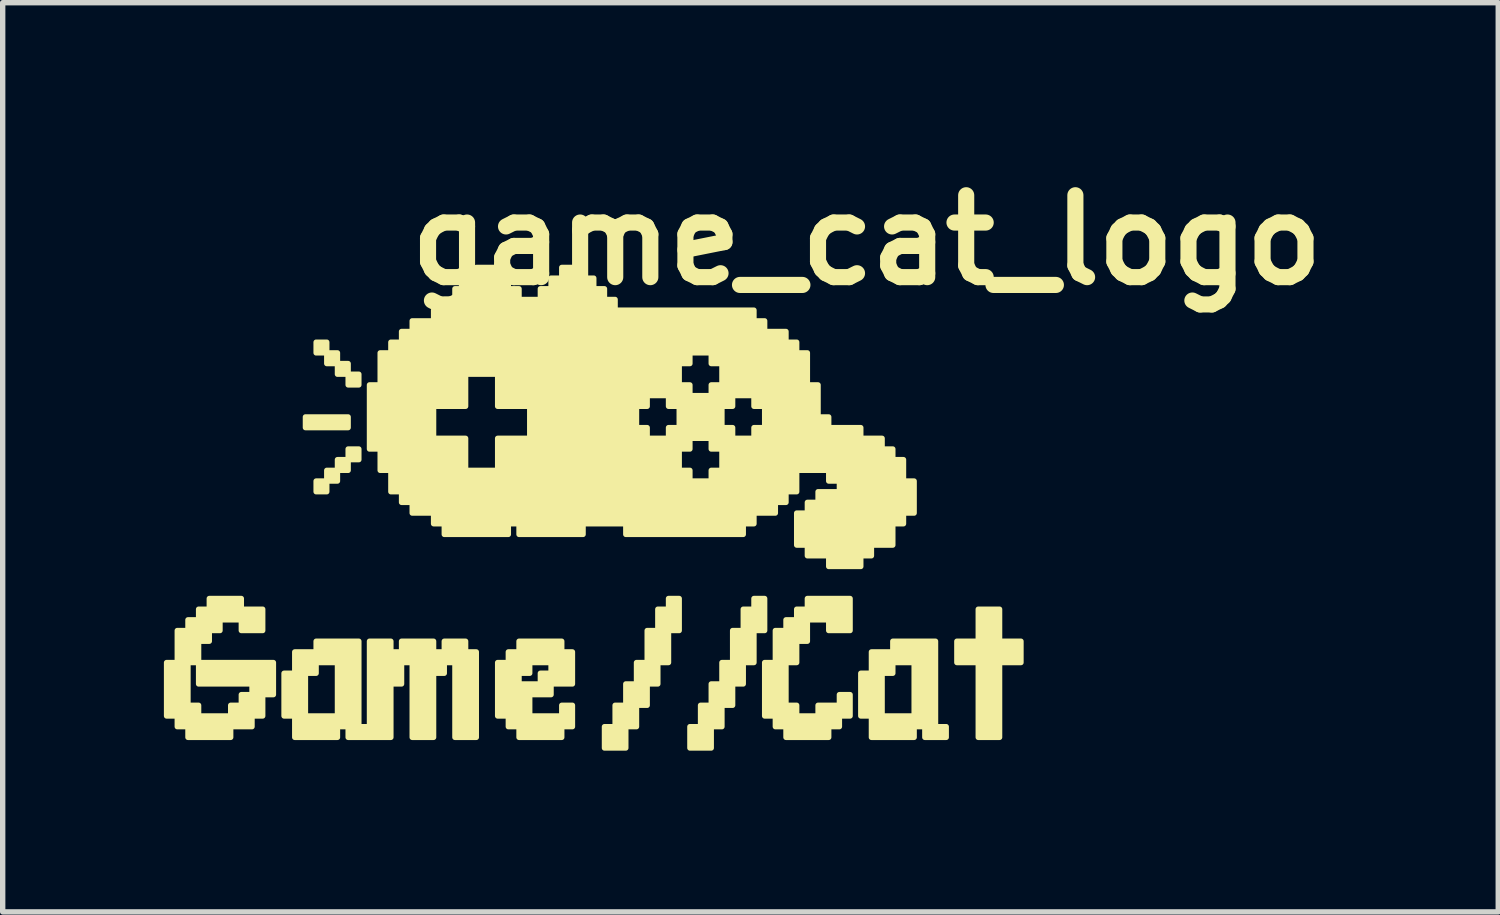
<source format=kicad_pcb>
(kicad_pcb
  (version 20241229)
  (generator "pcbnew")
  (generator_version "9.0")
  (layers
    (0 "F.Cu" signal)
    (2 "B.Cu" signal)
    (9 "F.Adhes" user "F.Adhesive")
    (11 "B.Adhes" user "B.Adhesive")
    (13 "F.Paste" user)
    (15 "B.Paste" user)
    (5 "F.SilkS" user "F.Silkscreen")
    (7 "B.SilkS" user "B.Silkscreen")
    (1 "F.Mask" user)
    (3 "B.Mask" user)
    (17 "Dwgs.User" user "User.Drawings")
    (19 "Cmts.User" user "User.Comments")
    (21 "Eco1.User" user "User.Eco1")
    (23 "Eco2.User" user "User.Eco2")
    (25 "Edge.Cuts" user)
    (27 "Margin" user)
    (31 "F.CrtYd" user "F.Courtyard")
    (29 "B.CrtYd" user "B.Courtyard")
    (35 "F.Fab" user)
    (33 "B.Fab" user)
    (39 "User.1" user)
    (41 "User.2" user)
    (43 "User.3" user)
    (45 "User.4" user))
  (footprint "game_cat_logo"
    (layer "F.Cu")
    (at 8 6.498)
    (property "Reference" "game_cat_logo" (at 5.08 -5.08 0) (layer "F.SilkS") (effects (font (size 1.524 1.524) (thickness 0.3))))
    (attr through_hole)
    (fp_poly (pts (xy -4.969 -2.981) (xy -5.068 -2.981) (xy -5.167 -2.981) (xy -5.167 -3.081) (xy -5.167 -3.18) (xy -5.068 -3.18) (xy -4.969 -3.18) (xy -4.969 -3.081) (xy -4.969 -2.981)) (stroke (width 0.1) (type solid)) (fill yes) (layer "F.SilkS"))
    (fp_poly (pts (xy -4.969 -0.397) (xy -5.068 -0.397) (xy -5.167 -0.397) (xy -5.167 -0.497) (xy -5.167 -0.596) (xy -5.068 -0.596) (xy -4.969 -0.596) (xy -4.969 -0.497) (xy -4.969 -0.397)) (stroke (width 0.1) (type solid)) (fill yes) (layer "F.SilkS"))
    (fp_poly (pts (xy -4.77 -2.782) (xy -4.869 -2.782) (xy -4.969 -2.782) (xy -4.969 -2.882) (xy -4.969 -2.981) (xy -4.869 -2.981) (xy -4.77 -2.981) (xy -4.77 -2.882) (xy -4.77 -2.782)) (stroke (width 0.1) (type solid)) (fill yes) (layer "F.SilkS"))
    (fp_poly (pts (xy -4.77 -0.596) (xy -4.869 -0.596) (xy -4.969 -0.596) (xy -4.969 -0.696) (xy -4.969 -0.795) (xy -4.869 -0.795) (xy -4.77 -0.795) (xy -4.77 -0.696) (xy -4.77 -0.596)) (stroke (width 0.1) (type solid)) (fill yes) (layer "F.SilkS"))
    (fp_poly (pts (xy -4.571 -2.584) (xy -4.671 -2.584) (xy -4.77 -2.584) (xy -4.77 -2.683) (xy -4.77 -2.782) (xy -4.671 -2.782) (xy -4.571 -2.782) (xy -4.571 -2.683) (xy -4.571 -2.584)) (stroke (width 0.1) (type solid)) (fill yes) (layer "F.SilkS"))
    (fp_poly (pts (xy -4.571 -1.59) (xy -4.969 -1.59) (xy -5.366 -1.59) (xy -5.366 -1.689) (xy -5.366 -1.789) (xy -4.969 -1.789) (xy -4.571 -1.789) (xy -4.571 -1.689) (xy -4.571 -1.59)) (stroke (width 0.1) (type solid)) (fill yes) (layer "F.SilkS"))
    (fp_poly (pts (xy -4.571 -0.795) (xy -4.671 -0.795) (xy -4.77 -0.795) (xy -4.77 -0.894) (xy -4.77 -0.994) (xy -4.671 -0.994) (xy -4.571 -0.994) (xy -4.571 -0.894) (xy -4.571 -0.795)) (stroke (width 0.1) (type solid)) (fill yes) (layer "F.SilkS"))
    (fp_poly (pts (xy -4.372 -2.385) (xy -4.472 -2.385) (xy -4.571 -2.385) (xy -4.571 -2.484) (xy -4.571 -2.584) (xy -4.472 -2.584) (xy -4.372 -2.584) (xy -4.372 -2.484) (xy -4.372 -2.385)) (stroke (width 0.1) (type solid)) (fill yes) (layer "F.SilkS"))
    (fp_poly (pts (xy -4.372 -0.994) (xy -4.472 -0.994) (xy -4.571 -0.994) (xy -4.571 -1.093) (xy -4.571 -1.192) (xy -4.472 -1.192) (xy -4.372 -1.192) (xy -4.372 -1.093) (xy -4.372 -0.994)) (stroke (width 0.1) (type solid)) (fill yes) (layer "F.SilkS"))
    (fp_poly (pts (xy 7.95 2.782) (xy 7.751 2.782) (xy 7.552 2.782) (xy 7.552 3.478) (xy 7.552 4.174) (xy 7.354 4.174) (xy 7.155 4.174) (xy 7.155 3.478) (xy 7.155 2.782) (xy 6.956 2.782) (xy 6.757 2.782) (xy 6.757 2.584) (xy 6.757 2.385) (xy 6.956 2.385) (xy 7.155 2.385) (xy 7.155 2.087) (xy 7.155 1.789) (xy 7.354 1.789) (xy 7.552 1.789) (xy 7.552 2.087) (xy 7.552 2.385) (xy 7.751 2.385) (xy 7.95 2.385) (xy 7.95 2.584) (xy 7.95 2.782)) (stroke (width 0.1) (type solid)) (fill yes) (layer "F.SilkS"))
    (fp_poly (pts (xy 6.559 4.174) (xy 6.36 4.174) (xy 6.161 4.174) (xy 6.161 4.074) (xy 6.161 3.975) (xy 6.062 3.975) (xy 5.962 3.975) (xy 5.962 3.776) (xy 5.962 3.279) (xy 5.962 2.782) (xy 5.764 2.782) (xy 5.565 2.782) (xy 5.565 2.882) (xy 5.565 2.981) (xy 5.466 2.981) (xy 5.366 2.981) (xy 5.366 3.379) (xy 5.366 3.776) (xy 5.664 3.776) (xy 5.962 3.776) (xy 5.962 3.975) (xy 5.962 4.074) (xy 5.962 4.174) (xy 5.565 4.174) (xy 5.167 4.174) (xy 5.167 3.975) (xy 5.167 3.776) (xy 5.068 3.776) (xy 4.969 3.776) (xy 4.969 3.379) (xy 4.969 2.981) (xy 5.068 2.981) (xy 5.167 2.981) (xy 5.167 2.782) (xy 5.167 2.584) (xy 5.366 2.584) (xy 5.565 2.584) (xy 5.565 2.484) (xy 5.565 2.385) (xy 5.962 2.385) (xy 6.36 2.385) (xy 6.36 3.18) (xy 6.36 3.975) (xy 6.459 3.975) (xy 6.559 3.975) (xy 6.559 4.074) (xy 6.559 4.174)) (stroke (width 0.1) (type solid)) (fill yes) (layer "F.SilkS"))
    (fp_poly (pts (xy 1.59 2.186) (xy 1.491 2.186) (xy 1.391 2.186) (xy 1.391 2.484) (xy 1.391 2.782) (xy 1.292 2.782) (xy 1.192 2.782) (xy 1.192 2.981) (xy 1.192 3.18) (xy 1.093 3.18) (xy 0.994 3.18) (xy 0.994 3.379) (xy 0.994 3.577) (xy 0.894 3.577) (xy 0.795 3.577) (xy 0.795 3.776) (xy 0.795 3.975) (xy 0.696 3.975) (xy 0.596 3.975) (xy 0.596 4.174) (xy 0.596 4.372) (xy 0.397 4.372) (xy 0.199 4.372) (xy 0.199 4.174) (xy 0.199 3.975) (xy 0.298 3.975) (xy 0.397 3.975) (xy 0.397 3.776) (xy 0.397 3.577) (xy 0.497 3.577) (xy 0.596 3.577) (xy 0.596 3.379) (xy 0.596 3.18) (xy 0.696 3.18) (xy 0.795 3.18) (xy 0.795 2.981) (xy 0.795 2.782) (xy 0.894 2.782) (xy 0.994 2.782) (xy 0.994 2.484) (xy 0.994 2.186) (xy 1.093 2.186) (xy 1.192 2.186) (xy 1.192 1.987) (xy 1.192 1.789) (xy 1.292 1.789) (xy 1.391 1.789) (xy 1.391 1.689) (xy 1.391 1.59) (xy 1.491 1.59) (xy 1.59 1.59) (xy 1.59 1.888) (xy 1.59 2.186)) (stroke (width 0.1) (type solid)) (fill yes) (layer "F.SilkS"))
    (fp_poly (pts (xy 3.18 2.186) (xy 3.081 2.186) (xy 2.981 2.186) (xy 2.981 2.484) (xy 2.981 2.782) (xy 2.882 2.782) (xy 2.782 2.782) (xy 2.782 2.981) (xy 2.782 3.18) (xy 2.683 3.18) (xy 2.584 3.18) (xy 2.584 3.379) (xy 2.584 3.577) (xy 2.484 3.577) (xy 2.385 3.577) (xy 2.385 3.776) (xy 2.385 3.975) (xy 2.286 3.975) (xy 2.186 3.975) (xy 2.186 4.174) (xy 2.186 4.372) (xy 1.987 4.372) (xy 1.789 4.372) (xy 1.789 4.174) (xy 1.789 3.975) (xy 1.888 3.975) (xy 1.987 3.975) (xy 1.987 3.776) (xy 1.987 3.577) (xy 2.087 3.577) (xy 2.186 3.577) (xy 2.186 3.379) (xy 2.186 3.18) (xy 2.286 3.18) (xy 2.385 3.18) (xy 2.385 2.981) (xy 2.385 2.782) (xy 2.484 2.782) (xy 2.584 2.782) (xy 2.584 2.484) (xy 2.584 2.186) (xy 2.683 2.186) (xy 2.782 2.186) (xy 2.782 1.987) (xy 2.782 1.789) (xy 2.882 1.789) (xy 2.981 1.789) (xy 2.981 1.689) (xy 2.981 1.59) (xy 3.081 1.59) (xy 3.18 1.59) (xy 3.18 1.888) (xy 3.18 2.186)) (stroke (width 0.1) (type solid)) (fill yes) (layer "F.SilkS"))
    (fp_poly (pts (xy -0.397 3.975) (xy -0.497 3.975) (xy -0.596 3.975) (xy -0.596 4.074) (xy -0.596 4.174) (xy -0.994 4.174) (xy -1.391 4.174) (xy -1.391 4.074) (xy -1.391 3.975) (xy -1.491 3.975) (xy -1.59 3.975) (xy -1.59 3.876) (xy -1.59 3.776) (xy -1.689 3.776) (xy -1.789 3.776) (xy -1.789 3.279) (xy -1.789 2.782) (xy -1.689 2.782) (xy -1.59 2.782) (xy -1.59 2.683) (xy -1.59 2.584) (xy -1.491 2.584) (xy -1.391 2.584) (xy -1.391 2.484) (xy -1.391 2.385) (xy -0.994 2.385) (xy -0.596 2.385) (xy -0.596 2.484) (xy -0.596 2.584) (xy -0.497 2.584) (xy -0.397 2.584) (xy -0.397 2.882) (xy -0.397 3.18) (xy -0.596 3.18) (xy -0.795 3.18) (xy -0.795 2.981) (xy -0.795 2.882) (xy -0.795 2.782) (xy -0.994 2.782) (xy -1.192 2.782) (xy -1.192 2.882) (xy -1.192 2.981) (xy -1.292 2.981) (xy -1.391 2.981) (xy -1.391 3.081) (xy -1.391 3.18) (xy -1.192 3.18) (xy -0.994 3.18) (xy -0.994 3.081) (xy -0.994 2.981) (xy -0.894 2.981) (xy -0.795 2.981) (xy -0.795 3.18) (xy -0.795 3.279) (xy -0.795 3.379) (xy -0.994 3.379) (xy -1.192 3.379) (xy -1.192 3.577) (xy -1.192 3.776) (xy -0.894 3.776) (xy -0.596 3.776) (xy -0.596 3.677) (xy -0.596 3.577) (xy -0.497 3.577) (xy -0.397 3.577) (xy -0.397 3.776) (xy -0.397 3.975)) (stroke (width 0.1) (type solid)) (fill yes) (layer "F.SilkS"))
    (fp_poly (pts (xy 4.77 3.776) (xy 4.671 3.776) (xy 4.571 3.776) (xy 4.571 3.876) (xy 4.571 3.975) (xy 4.472 3.975) (xy 4.372 3.975) (xy 4.372 4.074) (xy 4.372 4.174) (xy 3.975 4.174) (xy 3.577 4.174) (xy 3.577 4.074) (xy 3.577 3.975) (xy 3.478 3.975) (xy 3.379 3.975) (xy 3.379 3.876) (xy 3.379 3.776) (xy 3.279 3.776) (xy 3.18 3.776) (xy 3.18 3.279) (xy 3.18 2.782) (xy 3.279 2.782) (xy 3.379 2.782) (xy 3.379 2.484) (xy 3.379 2.186) (xy 3.478 2.186) (xy 3.577 2.186) (xy 3.577 2.087) (xy 3.577 1.987) (xy 3.677 1.987) (xy 3.776 1.987) (xy 3.776 1.888) (xy 3.776 1.789) (xy 3.876 1.789) (xy 3.975 1.789) (xy 3.975 1.689) (xy 3.975 1.59) (xy 4.372 1.59) (xy 4.77 1.59) (xy 4.77 1.888) (xy 4.77 2.186) (xy 4.571 2.186) (xy 4.372 2.186) (xy 4.372 2.087) (xy 4.372 1.987) (xy 4.174 1.987) (xy 3.975 1.987) (xy 3.975 2.186) (xy 3.975 2.385) (xy 3.876 2.385) (xy 3.776 2.385) (xy 3.776 2.584) (xy 3.776 2.782) (xy 3.677 2.782) (xy 3.577 2.782) (xy 3.577 3.18) (xy 3.577 3.577) (xy 3.677 3.577) (xy 3.776 3.577) (xy 3.776 3.677) (xy 3.776 3.776) (xy 3.975 3.776) (xy 4.174 3.776) (xy 4.174 3.677) (xy 4.174 3.577) (xy 4.372 3.577) (xy 4.571 3.577) (xy 4.571 3.478) (xy 4.571 3.379) (xy 4.671 3.379) (xy 4.77 3.379) (xy 4.77 3.577) (xy 4.77 3.776)) (stroke (width 0.1) (type solid)) (fill yes) (layer "F.SilkS"))
    (fp_poly (pts (xy -5.962 3.379) (xy -6.062 3.379) (xy -6.161 3.379) (xy -6.161 3.577) (xy -6.161 3.776) (xy -6.261 3.776) (xy -6.36 3.776) (xy -6.36 3.876) (xy -6.36 3.975) (xy -6.559 3.975) (xy -6.757 3.975) (xy -6.757 4.074) (xy -6.757 4.174) (xy -7.155 4.174) (xy -7.552 4.174) (xy -7.552 4.074) (xy -7.552 3.975) (xy -7.652 3.975) (xy -7.751 3.975) (xy -7.751 3.876) (xy -7.751 3.776) (xy -7.851 3.776) (xy -7.95 3.776) (xy -7.95 3.279) (xy -7.95 2.782) (xy -7.851 2.782) (xy -7.751 2.782) (xy -7.751 2.484) (xy -7.751 2.186) (xy -7.652 2.186) (xy -7.552 2.186) (xy -7.552 2.087) (xy -7.552 1.987) (xy -7.453 1.987) (xy -7.354 1.987) (xy -7.354 1.888) (xy -7.354 1.789) (xy -7.254 1.789) (xy -7.155 1.789) (xy -7.155 1.689) (xy -7.155 1.59) (xy -6.857 1.59) (xy -6.559 1.59) (xy -6.559 1.689) (xy -6.559 1.789) (xy -6.36 1.789) (xy -6.161 1.789) (xy -6.161 1.987) (xy -6.161 2.186) (xy -6.36 2.186) (xy -6.559 2.186) (xy -6.559 2.087) (xy -6.559 1.987) (xy -6.757 1.987) (xy -6.956 1.987) (xy -6.956 2.087) (xy -6.956 2.186) (xy -7.056 2.186) (xy -7.155 2.186) (xy -7.155 2.286) (xy -7.155 2.385) (xy -7.254 2.385) (xy -7.354 2.385) (xy -7.354 2.584) (xy -7.354 2.782) (xy -7.453 2.782) (xy -7.552 2.782) (xy -7.552 3.18) (xy -7.552 3.577) (xy -7.453 3.577) (xy -7.354 3.577) (xy -7.354 3.677) (xy -7.354 3.776) (xy -7.056 3.776) (xy -6.757 3.776) (xy -6.757 3.677) (xy -6.757 3.577) (xy -6.658 3.577) (xy -6.559 3.577) (xy -6.559 3.478) (xy -6.559 3.379) (xy -6.459 3.379) (xy -6.36 3.379) (xy -6.36 3.279) (xy -6.36 3.18) (xy -6.857 3.18) (xy -7.354 3.18) (xy -7.354 2.981) (xy -7.354 2.782) (xy -6.658 2.782) (xy -5.962 2.782) (xy -5.962 3.081) (xy -5.962 3.379)) (stroke (width 0.1) (type solid)) (fill yes) (layer "F.SilkS"))
    (fp_poly (pts (xy -2.186 4.174) (xy -2.385 4.174) (xy -2.584 4.174) (xy -2.584 3.478) (xy -2.584 2.782) (xy -2.683 2.782) (xy -2.782 2.782) (xy -2.782 2.882) (xy -2.782 2.981) (xy -2.882 2.981) (xy -2.981 2.981) (xy -2.981 3.577) (xy -2.981 4.174) (xy -3.18 4.174) (xy -3.379 4.174) (xy -3.379 3.478) (xy -3.379 2.782) (xy -3.478 2.782) (xy -3.577 2.782) (xy -3.577 2.981) (xy -3.577 3.18) (xy -3.677 3.18) (xy -3.776 3.18) (xy -3.776 3.677) (xy -3.776 4.174) (xy -4.174 4.174) (xy -4.571 4.174) (xy -4.571 4.074) (xy -4.571 3.975) (xy -4.671 3.975) (xy -4.77 3.975) (xy -4.77 3.776) (xy -4.77 3.279) (xy -4.77 2.782) (xy -4.969 2.782) (xy -5.167 2.782) (xy -5.167 2.882) (xy -5.167 2.981) (xy -5.267 2.981) (xy -5.366 2.981) (xy -5.366 3.379) (xy -5.366 3.776) (xy -5.068 3.776) (xy -4.77 3.776) (xy -4.77 3.975) (xy -4.77 4.074) (xy -4.77 4.174) (xy -5.167 4.174) (xy -5.565 4.174) (xy -5.565 3.975) (xy -5.565 3.776) (xy -5.664 3.776) (xy -5.764 3.776) (xy -5.764 3.379) (xy -5.764 2.981) (xy -5.664 2.981) (xy -5.565 2.981) (xy -5.565 2.782) (xy -5.565 2.584) (xy -5.366 2.584) (xy -5.167 2.584) (xy -5.167 2.484) (xy -5.167 2.385) (xy -4.77 2.385) (xy -4.372 2.385) (xy -4.372 3.18) (xy -4.372 3.975) (xy -4.273 3.975) (xy -4.174 3.975) (xy -4.174 3.18) (xy -4.174 2.385) (xy -3.975 2.385) (xy -3.776 2.385) (xy -3.776 2.484) (xy -3.776 2.584) (xy -3.677 2.584) (xy -3.577 2.584) (xy -3.577 2.484) (xy -3.577 2.385) (xy -3.279 2.385) (xy -2.981 2.385) (xy -2.981 2.484) (xy -2.981 2.584) (xy -2.882 2.584) (xy -2.782 2.584) (xy -2.782 2.484) (xy -2.782 2.385) (xy -2.584 2.385) (xy -2.385 2.385) (xy -2.385 2.484) (xy -2.385 2.584) (xy -2.286 2.584) (xy -2.186 2.584) (xy -2.186 3.379) (xy -2.186 4.174)) (stroke (width 0.1) (type solid)) (fill yes) (layer "F.SilkS"))
    (fp_poly (pts (xy 5.962 0) (xy 5.863 0) (xy 5.764 0) (xy 5.764 0.099) (xy 5.764 0.199) (xy 5.664 0.199) (xy 5.565 0.199) (xy 5.565 0.397) (xy 5.565 0.596) (xy 5.366 0.596) (xy 5.167 0.596) (xy 5.167 0.696) (xy 5.167 0.795) (xy 5.068 0.795) (xy 4.969 0.795) (xy 4.969 0.894) (xy 4.969 0.994) (xy 4.671 0.994) (xy 4.372 0.994) (xy 4.372 0.894) (xy 4.372 0.795) (xy 4.174 0.795) (xy 3.975 0.795) (xy 3.975 0.696) (xy 3.975 0.596) (xy 3.876 0.596) (xy 3.776 0.596) (xy 3.776 0.298) (xy 3.776 0) (xy 3.876 0) (xy 3.975 0) (xy 3.975 -0.099) (xy 3.975 -0.199) (xy 4.074 -0.199) (xy 4.174 -0.199) (xy 4.174 -0.298) (xy 4.174 -0.397) (xy 4.372 -0.397) (xy 4.571 -0.397) (xy 4.571 -0.497) (xy 4.571 -0.596) (xy 4.472 -0.596) (xy 4.372 -0.596) (xy 4.372 -0.696) (xy 4.372 -0.795) (xy 4.074 -0.795) (xy 3.776 -0.795) (xy 3.776 -0.596) (xy 3.776 -0.397) (xy 3.677 -0.397) (xy 3.577 -0.397) (xy 3.577 -0.298) (xy 3.577 -0.199) (xy 3.478 -0.199) (xy 3.379 -0.199) (xy 3.379 -0.099) (xy 3.379 0) (xy 3.18 0) (xy 3.18 -1.59) (xy 3.18 -1.789) (xy 3.18 -1.987) (xy 3.081 -1.987) (xy 2.981 -1.987) (xy 2.981 -2.087) (xy 2.981 -2.186) (xy 2.782 -2.186) (xy 2.584 -2.186) (xy 2.584 -2.087) (xy 2.584 -1.987) (xy 2.484 -1.987) (xy 2.385 -1.987) (xy 2.385 -2.385) (xy 2.385 -2.584) (xy 2.385 -2.782) (xy 2.286 -2.782) (xy 2.186 -2.782) (xy 2.186 -2.882) (xy 2.186 -2.981) (xy 1.987 -2.981) (xy 1.789 -2.981) (xy 1.789 -2.882) (xy 1.789 -2.782) (xy 1.689 -2.782) (xy 1.59 -2.782) (xy 1.59 -2.584) (xy 1.59 -2.385) (xy 1.689 -2.385) (xy 1.789 -2.385) (xy 1.789 -2.286) (xy 1.789 -2.186) (xy 1.987 -2.186) (xy 2.186 -2.186) (xy 2.186 -2.286) (xy 2.186 -2.385) (xy 2.286 -2.385) (xy 2.385 -2.385) (xy 2.385 -1.987) (xy 2.385 -1.789) (xy 2.385 -1.59) (xy 2.484 -1.59) (xy 2.584 -1.59) (xy 2.584 -1.491) (xy 2.584 -1.391) (xy 2.782 -1.391) (xy 2.981 -1.391) (xy 2.981 -1.491) (xy 2.981 -1.59) (xy 3.081 -1.59) (xy 3.18 -1.59) (xy 3.18 0) (xy 2.981 0) (xy 2.981 0.099) (xy 2.981 0.199) (xy 2.882 0.199) (xy 2.782 0.199) (xy 2.782 0.298) (xy 2.782 0.397) (xy 2.385 0.397) (xy 2.385 -0.795) (xy 2.385 -0.994) (xy 2.385 -1.192) (xy 2.286 -1.192) (xy 2.186 -1.192) (xy 2.186 -1.292) (xy 2.186 -1.391) (xy 1.987 -1.391) (xy 1.789 -1.391) (xy 1.789 -1.292) (xy 1.789 -1.192) (xy 1.689 -1.192) (xy 1.59 -1.192) (xy 1.59 -1.59) (xy 1.59 -1.789) (xy 1.59 -1.987) (xy 1.491 -1.987) (xy 1.391 -1.987) (xy 1.391 -2.087) (xy 1.391 -2.186) (xy 1.192 -2.186) (xy 0.994 -2.186) (xy 0.994 -2.087) (xy 0.994 -1.987) (xy 0.894 -1.987) (xy 0.795 -1.987) (xy 0.795 -1.789) (xy 0.795 -1.59) (xy 0.894 -1.59) (xy 0.994 -1.59) (xy 0.994 -1.491) (xy 0.994 -1.391) (xy 1.192 -1.391) (xy 1.391 -1.391) (xy 1.391 -1.491) (xy 1.391 -1.59) (xy 1.491 -1.59) (xy 1.59 -1.59) (xy 1.59 -1.192) (xy 1.59 -0.994) (xy 1.59 -0.795) (xy 1.689 -0.795) (xy 1.789 -0.795) (xy 1.789 -0.696) (xy 1.789 -0.596) (xy 1.987 -0.596) (xy 2.186 -0.596) (xy 2.186 -0.696) (xy 2.186 -0.795) (xy 2.286 -0.795) (xy 2.385 -0.795) (xy 2.385 0.397) (xy 1.689 0.397) (xy 0.596 0.397) (xy 0.596 0.298) (xy 0.596 0.199) (xy 0.199 0.199) (xy -0.199 0.199) (xy -0.199 0.298) (xy -0.199 0.397) (xy -0.795 0.397) (xy -1.192 0.397) (xy -1.192 -1.391) (xy -1.192 -1.689) (xy -1.192 -1.987) (xy -1.491 -1.987) (xy -1.789 -1.987) (xy -1.789 -2.286) (xy -1.789 -2.584) (xy -2.087 -2.584) (xy -2.385 -2.584) (xy -2.385 -2.286) (xy -2.385 -1.987) (xy -2.683 -1.987) (xy -2.981 -1.987) (xy -2.981 -1.689) (xy -2.981 -1.391) (xy -2.683 -1.391) (xy -2.385 -1.391) (xy -2.385 -1.093) (xy -2.385 -0.795) (xy -2.087 -0.795) (xy -1.789 -0.795) (xy -1.789 -1.093) (xy -1.789 -1.391) (xy -1.491 -1.391) (xy -1.192 -1.391) (xy -1.192 0.397) (xy -1.391 0.397) (xy -1.391 0.298) (xy -1.391 0.199) (xy -1.491 0.199) (xy -1.59 0.199) (xy -1.59 0.298) (xy -1.59 0.397) (xy -2.186 0.397) (xy -2.782 0.397) (xy -2.782 0.298) (xy -2.782 0.199) (xy -2.882 0.199) (xy -2.981 0.199) (xy -2.981 0.099) (xy -2.981 0) (xy -3.18 0) (xy -3.379 0) (xy -3.379 -0.099) (xy -3.379 -0.199) (xy -3.478 -0.199) (xy -3.577 -0.199) (xy -3.577 -0.298) (xy -3.577 -0.397) (xy -3.677 -0.397) (xy -3.776 -0.397) (xy -3.776 -0.596) (xy -3.776 -0.795) (xy -3.876 -0.795) (xy -3.975 -0.795) (xy -3.975 -0.994) (xy -3.975 -1.192) (xy -4.074 -1.192) (xy -4.174 -1.192) (xy -4.174 -1.789) (xy -4.174 -2.385) (xy -4.074 -2.385) (xy -3.975 -2.385) (xy -3.975 -2.683) (xy -3.975 -2.981) (xy -3.876 -2.981) (xy -3.776 -2.981) (xy -3.776 -3.081) (xy -3.776 -3.18) (xy -3.677 -3.18) (xy -3.577 -3.18) (xy -3.577 -3.279) (xy -3.577 -3.379) (xy -3.478 -3.379) (xy -3.379 -3.379) (xy -3.379 -3.478) (xy -3.379 -3.577) (xy -3.18 -3.577) (xy -2.981 -3.577) (xy -2.981 -3.677) (xy -2.981 -3.776) (xy -2.882 -3.776) (xy -2.782 -3.776) (xy -2.782 -3.876) (xy -2.782 -3.975) (xy -2.683 -3.975) (xy -2.584 -3.975) (xy -2.584 -4.074) (xy -2.584 -4.174) (xy -2.484 -4.174) (xy -2.385 -4.174) (xy -2.385 -4.273) (xy -2.385 -4.372) (xy -2.286 -4.372) (xy -2.186 -4.372) (xy -2.186 -4.472) (xy -2.186 -4.571) (xy -1.987 -4.571) (xy -1.789 -4.571) (xy -1.789 -4.472) (xy -1.789 -4.372) (xy -1.689 -4.372) (xy -1.59 -4.372) (xy -1.59 -4.273) (xy -1.59 -4.174) (xy -1.491 -4.174) (xy -1.391 -4.174) (xy -1.391 -4.074) (xy -1.391 -3.975) (xy -1.192 -3.975) (xy -0.994 -3.975) (xy -0.994 -4.074) (xy -0.994 -4.174) (xy -0.894 -4.174) (xy -0.795 -4.174) (xy -0.795 -4.273) (xy -0.795 -4.372) (xy -0.696 -4.372) (xy -0.596 -4.372) (xy -0.596 -4.472) (xy -0.596 -4.571) (xy -0.397 -4.571) (xy -0.199 -4.571) (xy -0.199 -4.472) (xy -0.199 -4.372) (xy -0.099 -4.372) (xy 0 -4.372) (xy 0 -4.273) (xy 0 -4.174) (xy 0.099 -4.174) (xy 0.199 -4.174) (xy 0.199 -4.074) (xy 0.199 -3.975) (xy 0.298 -3.975) (xy 0.397 -3.975) (xy 0.397 -3.876) (xy 0.397 -3.776) (xy 1.689 -3.776) (xy 2.981 -3.776) (xy 2.981 -3.677) (xy 2.981 -3.577) (xy 3.081 -3.577) (xy 3.18 -3.577) (xy 3.18 -3.478) (xy 3.18 -3.379) (xy 3.379 -3.379) (xy 3.577 -3.379) (xy 3.577 -3.279) (xy 3.577 -3.18) (xy 3.677 -3.18) (xy 3.776 -3.18) (xy 3.776 -3.081) (xy 3.776 -2.981) (xy 3.876 -2.981) (xy 3.975 -2.981) (xy 3.975 -2.683) (xy 3.975 -2.385) (xy 4.074 -2.385) (xy 4.174 -2.385) (xy 4.174 -2.087) (xy 4.174 -1.789) (xy 4.273 -1.789) (xy 4.372 -1.789) (xy 4.372 -1.689) (xy 4.372 -1.59) (xy 4.671 -1.59) (xy 4.969 -1.59) (xy 4.969 -1.491) (xy 4.969 -1.391) (xy 5.167 -1.391) (xy 5.366 -1.391) (xy 5.366 -1.292) (xy 5.366 -1.192) (xy 5.466 -1.192) (xy 5.565 -1.192) (xy 5.565 -1.093) (xy 5.565 -0.994) (xy 5.664 -0.994) (xy 5.764 -0.994) (xy 5.764 -0.795) (xy 5.764 -0.596) (xy 5.863 -0.596) (xy 5.962 -0.596) (xy 5.962 -0.298) (xy 5.962 0)) (stroke (width 0.1) (type solid)) (fill yes) (layer "F.SilkS")))
  (gr_rect
    (start -3 -3)
    (end 24.832 13.92)
    (stroke (width 0.1) (type default))
    (fill no)
    (layer "Edge.Cuts")))
</source>
